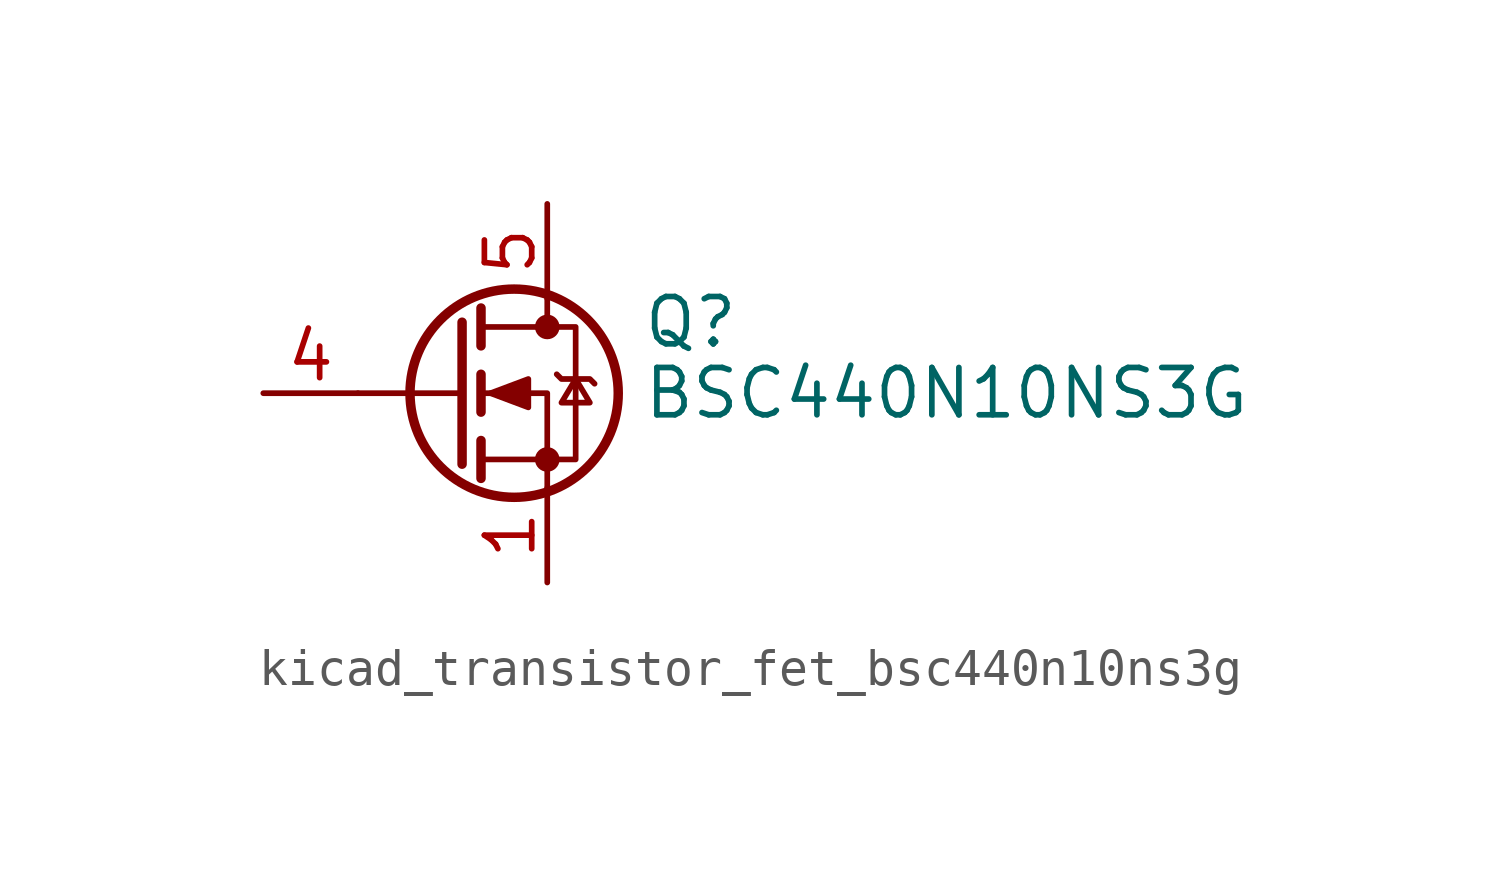
<source format=kicad_sym>
(kicad_symbol_lib
  (version 20220914)
  (generator kicad_symbol_editor)
  (symbol "kicad_transistor_fet_bsc440n10ns3g"
    (pin_names hide)
    (property "Reference" "Q"
      (at 5.08 1.905 0)
      (effects (font (size 1.27 1.27)) (justify left)))
    (property "Value" "BSC440N10NS3G"
      (at 5.08 0 0)
      (effects (font (size 1.27 1.27)) (justify left)))
    (symbol "kicad_transistor_fet_bsc440n10ns3g_0_1"
      (polyline (pts (xy 0.254 0) (xy -2.54 0)) (stroke (width 0) (type default)) (fill (type none)))
      (polyline (pts (xy 0.254 1.905) (xy 0.254 -1.905)) (stroke (width 0.254) (type default)) (fill (type none)))
      (polyline (pts (xy 0.762 -1.27) (xy 0.762 -2.286)) (stroke (width 0.254) (type default)) (fill (type none)))
      (polyline (pts (xy 0.762 0.508) (xy 0.762 -0.508)) (stroke (width 0.254) (type default)) (fill (type none)))
      (polyline (pts (xy 0.762 2.286) (xy 0.762 1.27)) (stroke (width 0.254) (type default)) (fill (type none)))
      (polyline (pts (xy 2.54 2.54) (xy 2.54 1.778)) (stroke (width 0) (type default)) (fill (type none)))
      (polyline (pts (xy 2.54 -2.54) (xy 2.54 0) (xy 0.762 0)) (stroke (width 0) (type default)) (fill (type none)))
      (polyline (pts (xy 0.762 -1.778) (xy 3.302 -1.778) (xy 3.302 1.778) (xy 0.762 1.778)) (stroke (width 0) (type default)) (fill (type none)))
      (polyline (pts (xy 1.016 0) (xy 2.032 0.381) (xy 2.032 -0.381) (xy 1.016 0)) (stroke (width 0) (type default)) (fill (type outline)))
      (polyline (pts (xy 2.794 0.508) (xy 2.921 0.381) (xy 3.683 0.381) (xy 3.81 0.254)) (stroke (width 0) (type default)) (fill (type none)))
      (polyline (pts (xy 3.302 0.381) (xy 2.921 -0.254) (xy 3.683 -0.254) (xy 3.302 0.381)) (stroke (width 0) (type default)) (fill (type none)))
      (circle (center 1.651 0) (radius 2.794) (stroke (width 0.254) (type default)) (fill (type none)))
      (circle (center 2.54 -1.778) (radius 0.254) (stroke (width 0) (type default)) (fill (type outline)))
      (circle (center 2.54 1.778) (radius 0.254) (stroke (width 0) (type default)) (fill (type outline))))
    (symbol "kicad_transistor_fet_bsc440n10ns3g_1_1"
      (pin passive line (at 2.54 -5.08 90) (length 2.54) (name "S" (effects (font (size 1.27 1.27)))) (number "1" (effects (font (size 1.27 1.27)))))
      (pin passive line (at 2.54 -5.08 90) (length 2.54) hide (name "S" (effects (font (size 1.27 1.27)))) (number "2" (effects (font (size 1.27 1.27)))))
      (pin passive line (at 2.54 -5.08 90) (length 2.54) hide (name "S" (effects (font (size 1.27 1.27)))) (number "3" (effects (font (size 1.27 1.27)))))
      (pin passive line (at -5.08 0 0) (length 2.54) (name "G" (effects (font (size 1.27 1.27)))) (number "4" (effects (font (size 1.27 1.27)))))
      (pin passive line (at 2.54 5.08 270) (length 2.54) (name "D" (effects (font (size 1.27 1.27)))) (number "5" (effects (font (size 1.27 1.27))))))))
</source>
